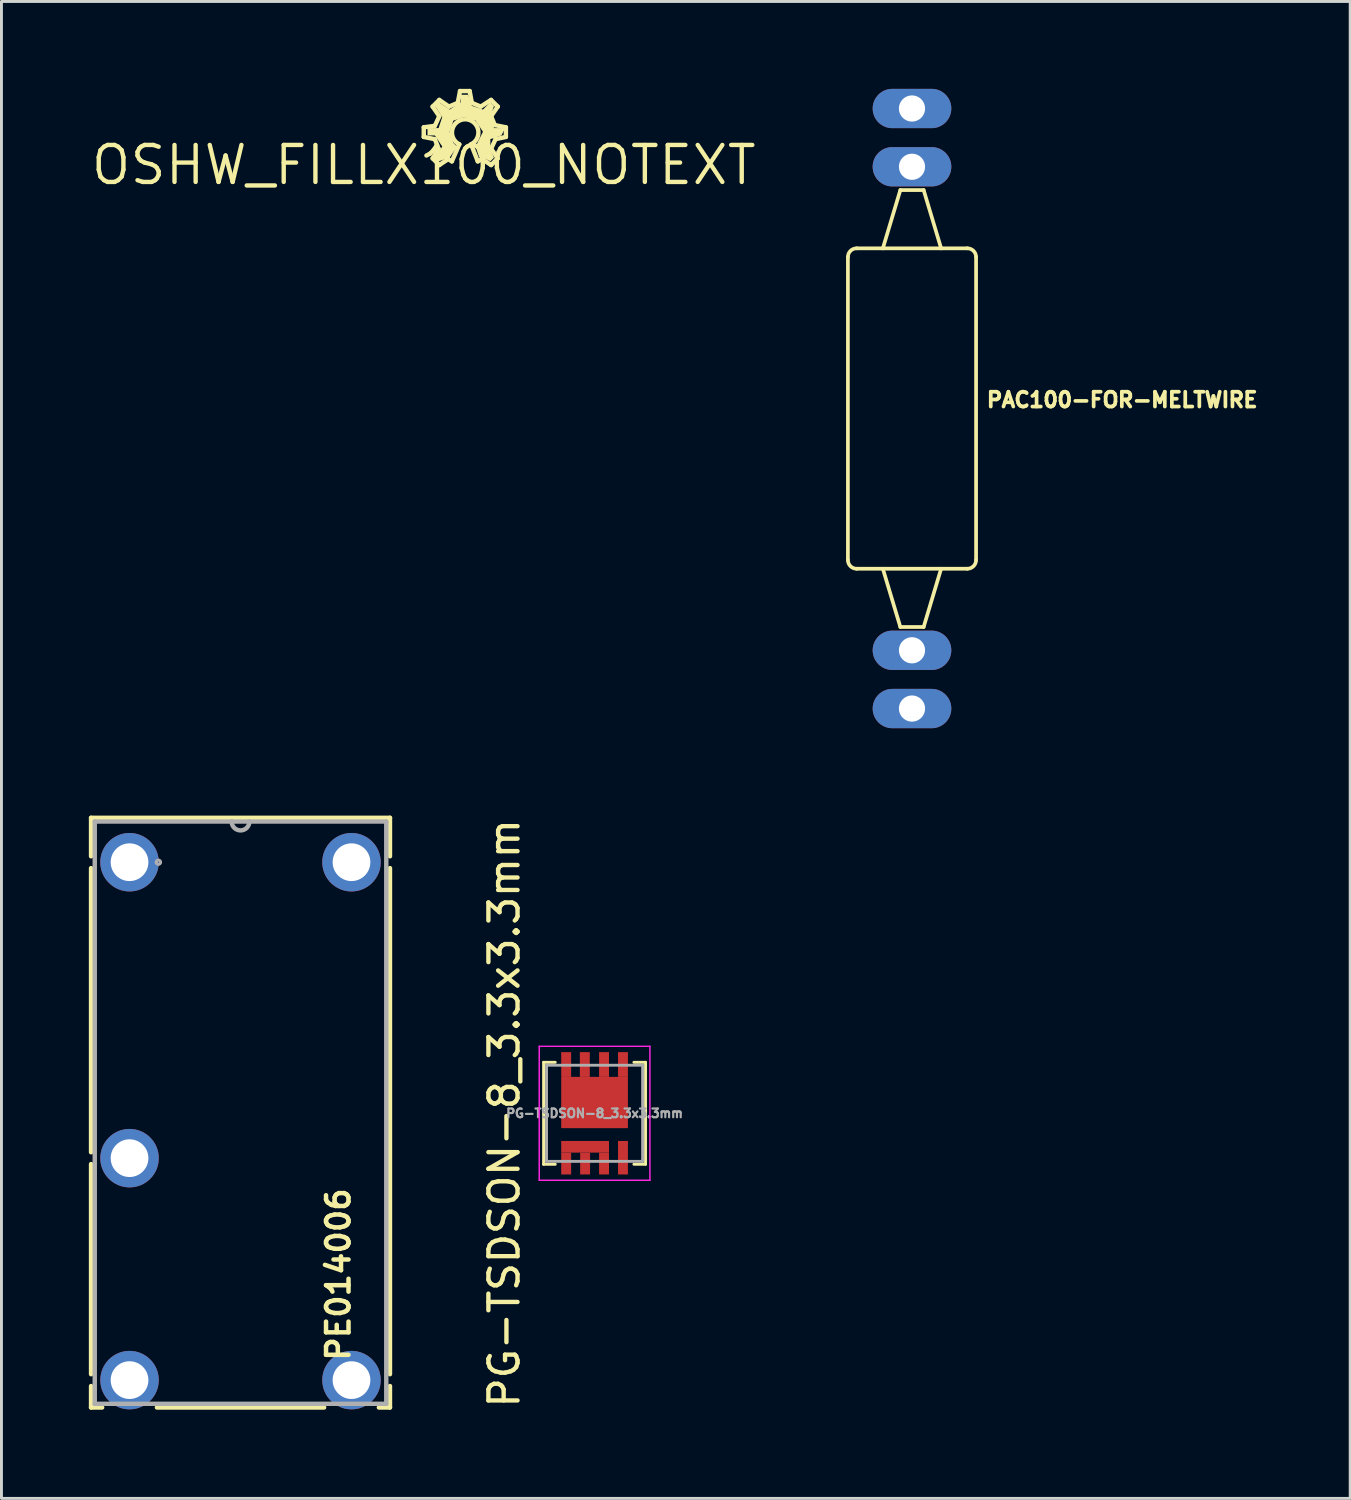
<source format=kicad_pcb>
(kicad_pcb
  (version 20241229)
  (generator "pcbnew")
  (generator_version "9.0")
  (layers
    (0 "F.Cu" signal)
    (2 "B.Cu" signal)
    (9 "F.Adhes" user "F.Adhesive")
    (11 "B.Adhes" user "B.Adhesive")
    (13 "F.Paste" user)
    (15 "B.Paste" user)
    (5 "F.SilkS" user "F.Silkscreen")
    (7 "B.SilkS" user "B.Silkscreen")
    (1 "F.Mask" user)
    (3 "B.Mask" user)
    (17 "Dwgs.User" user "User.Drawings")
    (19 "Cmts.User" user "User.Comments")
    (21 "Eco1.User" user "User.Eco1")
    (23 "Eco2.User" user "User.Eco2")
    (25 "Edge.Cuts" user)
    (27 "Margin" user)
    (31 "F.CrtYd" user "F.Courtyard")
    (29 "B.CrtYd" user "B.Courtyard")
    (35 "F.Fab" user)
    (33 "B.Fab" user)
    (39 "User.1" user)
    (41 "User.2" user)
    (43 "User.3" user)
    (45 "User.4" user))
  (footprint "OSHW_FILLX100_NOTEXT"
    (layer "F.Cu")
    (at 11.498 2.616)
    (property "Reference" "OSHW_FILLX100_NOTEXT" (at 0 0 0) (layer "F.SilkS") (effects (font (size 1.27 1.27) (thickness 0.15))))
    (attr through_hole)
    (fp_line (start 0 -1.295) (end 0.381 -1.346) (stroke (width 0.152) (type solid)) (layer "F.SilkS"))
    (fp_line (start 0 -0.965) (end 0 -1.295) (stroke (width 0.152) (type solid)) (layer "F.SilkS"))
    (fp_line (start 0.305 -2.007) (end 0.533 -2.235) (stroke (width 0.152) (type solid)) (layer "F.SilkS"))
    (fp_line (start 0.305 -0.229) (end 0.508 -0.559) (stroke (width 0.152) (type solid)) (layer "F.SilkS"))
    (fp_line (start 0.381 -1.346) (end 0.533 -1.676) (stroke (width 0.152) (type solid)) (layer "F.SilkS"))
    (fp_line (start 0.381 -0.889) (end 0 -0.965) (stroke (width 0.152) (type solid)) (layer "F.SilkS"))
    (fp_line (start 0.508 -0.559) (end 0.381 -0.889) (stroke (width 0.152) (type solid)) (layer "F.SilkS"))
    (fp_line (start 0.533 -2.235) (end 0.864 -2.007) (stroke (width 0.152) (type solid)) (layer "F.SilkS"))
    (fp_line (start 0.533 -1.676) (end 0.305 -2.007) (stroke (width 0.152) (type solid)) (layer "F.SilkS"))
    (fp_line (start 0.533 0) (end 0.305 -0.229) (stroke (width 0.152) (type solid)) (layer "F.SilkS"))
    (fp_line (start 0.838 -0.203) (end 0.533 0) (stroke (width 0.152) (type solid)) (layer "F.SilkS"))
    (fp_line (start 0.864 -2.007) (end 1.168 -2.134) (stroke (width 0.152) (type solid)) (layer "F.SilkS"))
    (fp_line (start 0.965 -0.127) (end 0.838 -0.203) (stroke (width 0.152) (type solid)) (layer "F.SilkS"))
    (fp_line (start 1.168 -2.134) (end 1.245 -2.54) (stroke (width 0.152) (type solid)) (layer "F.SilkS"))
    (fp_line (start 1.219 -0.711) (end 0.965 -0.127) (stroke (width 0.152) (type solid)) (layer "F.SilkS"))
    (fp_line (start 1.245 -2.54) (end 1.575 -2.54) (stroke (width 0.152) (type solid)) (layer "F.SilkS"))
    (fp_line (start 1.575 -2.54) (end 1.651 -2.134) (stroke (width 0.152) (type solid)) (layer "F.SilkS"))
    (fp_line (start 1.651 -2.134) (end 1.956 -2.007) (stroke (width 0.152) (type solid)) (layer "F.SilkS"))
    (fp_line (start 1.854 -0.127) (end 1.626 -0.711) (stroke (width 0.152) (type solid)) (layer "F.SilkS"))
    (fp_line (start 1.956 -2.007) (end 2.311 -2.235) (stroke (width 0.152) (type solid)) (layer "F.SilkS"))
    (fp_line (start 2.007 -0.203) (end 1.854 -0.127) (stroke (width 0.152) (type solid)) (layer "F.SilkS"))
    (fp_line (start 2.311 -2.235) (end 2.54 -2.007) (stroke (width 0.152) (type solid)) (layer "F.SilkS"))
    (fp_line (start 2.311 -1.676) (end 2.438 -1.372) (stroke (width 0.152) (type solid)) (layer "F.SilkS"))
    (fp_line (start 2.311 -0.559) (end 2.54 -0.229) (stroke (width 0.152) (type solid)) (layer "F.SilkS"))
    (fp_line (start 2.311 0) (end 2.007 -0.203) (stroke (width 0.152) (type solid)) (layer "F.SilkS"))
    (fp_line (start 2.438 -1.372) (end 2.819 -1.295) (stroke (width 0.152) (type solid)) (layer "F.SilkS"))
    (fp_line (start 2.464 -0.889) (end 2.311 -0.559) (stroke (width 0.152) (type solid)) (layer "F.SilkS"))
    (fp_line (start 2.54 -2.007) (end 2.311 -1.676) (stroke (width 0.152) (type solid)) (layer "F.SilkS"))
    (fp_line (start 2.54 -0.229) (end 2.311 0) (stroke (width 0.152) (type solid)) (layer "F.SilkS"))
    (fp_line (start 2.819 -1.295) (end 2.819 -0.965) (stroke (width 0.152) (type solid)) (layer "F.SilkS"))
    (fp_line (start 2.819 -0.965) (end 2.464 -0.889) (stroke (width 0.152) (type solid)) (layer "F.SilkS"))
    (fp_arc (start 1.2192 -0.7112) (mid 1.4224 -1.571969) (end 1.6256 -0.7112) (stroke (width 0.1524) (type solid)) (layer "F.SilkS"))
    (fp_poly (pts (xy 0.889 -0.254) (xy 0.508 -0.127) (xy 0.381 -0.254) (xy 0.635 -0.635) (xy 0.381 -1.016) (xy 0.127 -1.016) (xy 0.127 -1.27) (xy 0.508 -1.27) (xy 0.635 -1.651) (xy 0.381 -2.032) (xy 0.508 -2.159) (xy 0.889 -1.905) (xy 1.27 -2.159) (xy 1.27 -2.413) (xy 1.524 -2.413) (xy 1.651 -2.032) (xy 2.032 -1.905) (xy 2.286 -2.159) (xy 2.413 -2.032) (xy 2.286 -1.651) (xy 2.413 -1.27) (xy 2.794 -1.27) (xy 2.667 -1.016) (xy 2.286 -0.889) (xy 2.286 -0.508) (xy 2.413 -0.254) (xy 2.286 -0.127) (xy 2.032 -0.254) (xy 1.905 -0.254) (xy 1.778 -0.635) (xy 2.032 -1.143) (xy 1.778 -1.524) (xy 1.397 -1.651) (xy 1.016 -1.524) (xy 0.889 -1.143) (xy 1.016 -0.762) (xy 1.143 -0.635)) (stroke (width 0) (type solid)) (fill yes) (layer "F.SilkS")))
  (footprint "PG-TSDSON-8_3.3x3.3mm"
    (layer "F.Cu")
    (at 17.362 35.17)
    (property "Reference" "PG-TSDSON-8_3.3x3.3mm" (at -3.1 0 90) (unlocked yes) (layer "F.SilkS") (effects (font (size 1 1) (thickness 0.15))))
    (attr smd)
    (fp_line (start -1.75 -1.75) (end -1.35 -1.75) (stroke (width 0.1) (type default)) (layer "F.SilkS"))
    (fp_line (start -1.75 1.75) (end -1.75 -1.75) (stroke (width 0.1) (type default)) (layer "F.SilkS"))
    (fp_line (start -1.75 1.75) (end -1.35 1.75) (stroke (width 0.1) (type default)) (layer "F.SilkS"))
    (fp_line (start 1.75 -1.75) (end 1.35 -1.75) (stroke (width 0.1) (type default)) (layer "F.SilkS"))
    (fp_line (start 1.75 -1.75) (end 1.75 1.75) (stroke (width 0.1) (type default)) (layer "F.SilkS"))
    (fp_line (start 1.75 1.75) (end 1.35 1.75) (stroke (width 0.1) (type default)) (layer "F.SilkS"))
    (fp_line (start -1.9 -2.3) (end -1.9 2.3) (stroke (width 0.05) (type default)) (layer "F.CrtYd"))
    (fp_line (start -1.9 2.3) (end 1.9 2.3) (stroke (width 0.05) (type default)) (layer "F.CrtYd"))
    (fp_line (start 1.9 -2.3) (end -1.9 -2.3) (stroke (width 0.05) (type default)) (layer "F.CrtYd"))
    (fp_line (start 1.9 -2.3) (end 1.9 2.3) (stroke (width 0.05) (type default)) (layer "F.CrtYd"))
    (fp_line (start -1.65 -1.65) (end -1.65 1.65) (stroke (width 0.1) (type default)) (layer "F.Fab"))
    (fp_line (start -1.65 -1.65) (end 1.65 -1.65) (stroke (width 0.1) (type default)) (layer "F.Fab"))
    (fp_line (start 1.65 -1.65) (end 1.65 1.65) (stroke (width 0.1) (type default)) (layer "F.Fab"))
    (fp_line (start 1.65 1.65) (end -1.65 1.65) (stroke (width 0.1) (type default)) (layer "F.Fab"))
    (fp_text user "${REFERENCE}" (at 0 0 0) (unlocked yes) (layer "F.Fab") (effects (font (size 0.3 0.3) (thickness 0.075) (bold yes))))
    (pad "1" smd rect (at -0.975 1.725) (size 0.34 0.75) (layers "F.Cu" "F.Mask" "F.Paste"))
    (pad "1" smd rect (at -0.325 1.15 180) (size 1.64 0.4) (layers "F.Cu" "F.Mask" "F.Paste"))
    (pad "1" smd rect (at -0.325 1.725) (size 0.34 0.75) (layers "F.Cu" "F.Mask" "F.Paste"))
    (pad "1" smd rect (at 0.325 1.725) (size 0.34 0.75) (layers "F.Cu" "F.Mask" "F.Paste"))
    (pad "4" smd rect (at 0.975 1.525) (size 0.34 1.15) (layers "F.Cu" "F.Mask" "F.Paste"))
    (pad "5" smd rect (at -0.975 -1.675) (size 0.34 0.85) (layers "F.Cu" "F.Mask" "F.Paste"))
    (pad "5" smd rect (at -0.335 -1.675) (size 0.34 0.85) (layers "F.Cu" "F.Mask" "F.Paste"))
    (pad "5" smd rect (at 0 -0.37 180) (size 2.29 1.76) (layers "F.Cu" "F.Mask" "F.Paste"))
    (pad "5" smd rect (at 0.325 -1.675) (size 0.34 0.85) (layers "F.Cu" "F.Mask" "F.Paste"))
    (pad "5" smd rect (at 0.975 -1.675) (size 0.34 0.85) (layers "F.Cu" "F.Mask" "F.Paste")))
  (footprint "PE014006"
    (layer "F.Cu")
    (at 9.017 43.746)
    (property "Reference" "PE014006" (at 0 0 90) (layer "F.SilkS") (effects (font (size 0.772 0.772) (thickness 0.154)) (justify left bottom)))
    (attr through_hole)
    (fp_line (start -8.941 -18.72) (end -8.941 -17.399) (stroke (width 0.152) (type solid)) (layer "F.SilkS"))
    (fp_line (start -8.941 -16.993) (end -8.941 -7.239) (stroke (width 0.152) (type solid)) (layer "F.SilkS"))
    (fp_line (start -8.941 -6.833) (end -8.941 0.381) (stroke (width 0.152) (type solid)) (layer "F.SilkS"))
    (fp_line (start -8.941 0.787) (end -8.941 1.524) (stroke (width 0.152) (type solid)) (layer "F.SilkS"))
    (fp_line (start -8.941 1.524) (end -8.56 1.524) (stroke (width 0.152) (type solid)) (layer "F.SilkS"))
    (fp_line (start -6.68 1.524) (end -0.94 1.524) (stroke (width 0.152) (type solid)) (layer "F.SilkS"))
    (fp_line (start 0.94 1.524) (end 1.321 1.524) (stroke (width 0.152) (type solid)) (layer "F.SilkS"))
    (fp_line (start 1.321 -18.72) (end -8.941 -18.72) (stroke (width 0.152) (type solid)) (layer "F.SilkS"))
    (fp_line (start 1.321 -17.399) (end 1.321 -18.72) (stroke (width 0.152) (type solid)) (layer "F.SilkS"))
    (fp_line (start 1.321 0.381) (end 1.321 -16.993) (stroke (width 0.152) (type solid)) (layer "F.SilkS"))
    (fp_line (start 1.321 1.524) (end 1.321 0.787) (stroke (width 0.152) (type solid)) (layer "F.SilkS"))
    (fp_line (start -8.814 -18.593) (end -8.814 1.397) (stroke (width 0.152) (type solid)) (layer "F.Fab"))
    (fp_line (start -8.814 1.397) (end 1.194 1.397) (stroke (width 0.152) (type solid)) (layer "F.Fab"))
    (fp_line (start -4.115 -18.593) (end -8.814 -18.593) (stroke (width 0.152) (type solid)) (layer "F.Fab"))
    (fp_line (start -3.505 -18.593) (end -4.115 -18.593) (stroke (width 0.152) (type solid)) (layer "F.Fab"))
    (fp_line (start 1.194 -18.593) (end -3.505 -18.593) (stroke (width 0.152) (type solid)) (layer "F.Fab"))
    (fp_line (start 1.194 1.397) (end 1.194 -18.593) (stroke (width 0.152) (type solid)) (layer "F.Fab"))
    (fp_arc (start -6.7056 -17.1958) (mid -6.6294 -17.272) (end -6.5532 -17.1958) (stroke (width 0.1) (type solid)) (layer "F.Fab"))
    (fp_arc (start -6.5532 -17.1958) (mid -6.6294 -17.1196) (end -6.7056 -17.1958) (stroke (width 0.1) (type solid)) (layer "F.Fab"))
    (fp_arc (start -3.5052 -18.5928) (mid -3.81 -18.288) (end -4.1148 -18.5928) (stroke (width 0.1524) (type solid)) (layer "F.Fab"))
    (pad "1" thru_hole circle (at -7.62 -17.196) (size 2.007 2.007) (drill 1.295) (layers "*.Cu" "*.Mask"))
    (pad "5" thru_hole circle (at 0 -17.196) (size 2.007 2.007) (drill 1.295) (layers "*.Cu" "*.Mask"))
    (pad "11" thru_hole circle (at -7.62 -7.036) (size 2.007 2.007) (drill 1.295) (layers "*.Cu" "*.Mask"))
    (pad "12" thru_hole circle (at 0 0.584 180) (size 2.007 2.007) (drill 1.295) (layers "*.Cu" "*.Mask"))
    (pad "14" thru_hole circle (at -7.62 0.584) (size 2.007 2.007) (drill 1.295) (layers "*.Cu" "*.Mask")))
  (footprint "PAC100-FOR-MELTWIRE"
    (layer "F.Cu")
    (at 28.259 10.975)
    (property "Reference" "PAC100-FOR-MELTWIRE" (at 2.5 0 0) (layer "F.SilkS") (effects (font (size 0.508 0.508) (thickness 0.127)) (justify left bottom)))
    (fp_line (start -2.2 -5.2) (end -2.2 5.2) (stroke (width 0.127) (type solid)) (layer "F.SilkS"))
    (fp_line (start -1.9 5.5) (end 1.9 5.5) (stroke (width 0.127) (type solid)) (layer "F.SilkS"))
    (fp_line (start -1 -5.5) (end -1.9 -5.5) (stroke (width 0.127) (type solid)) (layer "F.SilkS"))
    (fp_line (start -0.4 -7.5) (end -1 -5.5) (stroke (width 0.127) (type solid)) (layer "F.SilkS"))
    (fp_line (start -0.4 -7.5) (end 0.4 -7.5) (stroke (width 0.127) (type solid)) (layer "F.SilkS"))
    (fp_line (start -0.4 7.5) (end -1 5.5) (stroke (width 0.127) (type solid)) (layer "F.SilkS"))
    (fp_line (start 0.4 -7.5) (end 1 -5.5) (stroke (width 0.127) (type solid)) (layer "F.SilkS"))
    (fp_line (start 0.4 7.5) (end -0.4 7.5) (stroke (width 0.127) (type solid)) (layer "F.SilkS"))
    (fp_line (start 0.4 7.5) (end 1 5.5) (stroke (width 0.127) (type solid)) (layer "F.SilkS"))
    (fp_line (start 1 -5.5) (end -1 -5.5) (stroke (width 0.127) (type solid)) (layer "F.SilkS"))
    (fp_line (start 1.9 -5.5) (end 1 -5.5) (stroke (width 0.127) (type solid)) (layer "F.SilkS"))
    (fp_line (start 2.2 5.2) (end 2.2 -5.2) (stroke (width 0.127) (type solid)) (layer "F.SilkS"))
    (fp_arc (start -2.2 -5.2) (mid -2.112132 -5.412132) (end -1.9 -5.5) (stroke (width 0.127) (type solid)) (layer "F.SilkS"))
    (fp_arc (start -1.9 5.5) (mid -2.112132 5.412132) (end -2.2 5.2) (stroke (width 0.127) (type solid)) (layer "F.SilkS"))
    (fp_arc (start 1.9 -5.5) (mid 2.112132 -5.412132) (end 2.2 -5.2) (stroke (width 0.127) (type solid)) (layer "F.SilkS"))
    (fp_arc (start 2.2 5.2) (mid 2.112132 5.412132) (end 1.9 5.5) (stroke (width 0.127) (type solid)) (layer "F.SilkS"))
    (pad "P$1" thru_hole oval (at 0 -8.3) (size 2.7 1.35) (drill 0.9) (layers "*.Cu" "*.Mask"))
    (pad "P$2" thru_hole oval (at 0 -10.3) (size 2.7 1.35) (drill 0.9) (layers "*.Cu" "*.Mask"))
    (pad "P$3" thru_hole oval (at 0 8.3) (size 2.7 1.35) (drill 0.9) (layers "*.Cu" "*.Mask"))
    (pad "P$4" thru_hole oval (at 0 10.3) (size 2.7 1.35) (drill 0.9) (layers "*.Cu" "*.Mask")))
  (gr_rect
    (start -3 -3)
    (end 43.303 48.39)
    (stroke (width 0.1) (type default))
    (fill no)
    (layer "Edge.Cuts")))
</source>
